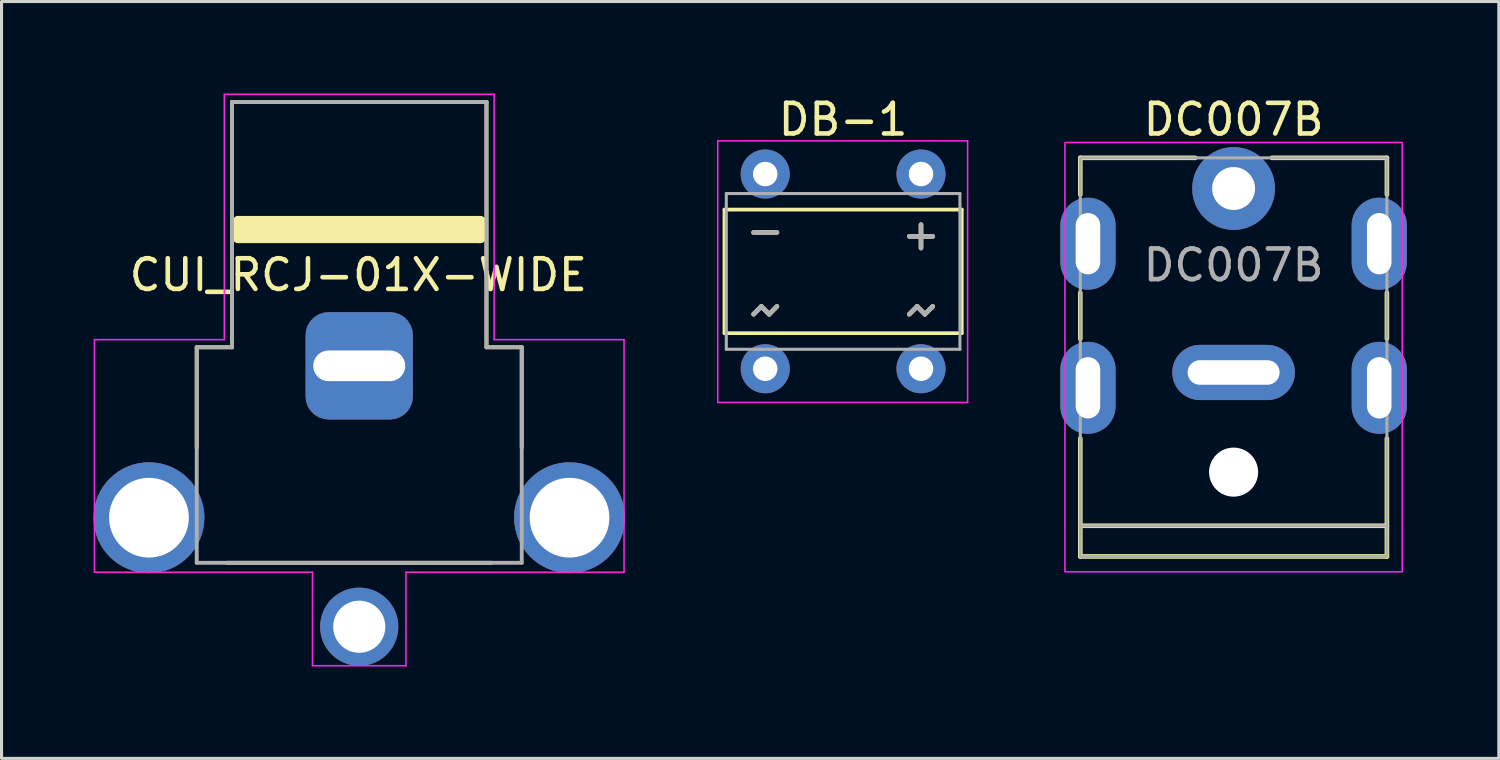
<source format=kicad_pcb>
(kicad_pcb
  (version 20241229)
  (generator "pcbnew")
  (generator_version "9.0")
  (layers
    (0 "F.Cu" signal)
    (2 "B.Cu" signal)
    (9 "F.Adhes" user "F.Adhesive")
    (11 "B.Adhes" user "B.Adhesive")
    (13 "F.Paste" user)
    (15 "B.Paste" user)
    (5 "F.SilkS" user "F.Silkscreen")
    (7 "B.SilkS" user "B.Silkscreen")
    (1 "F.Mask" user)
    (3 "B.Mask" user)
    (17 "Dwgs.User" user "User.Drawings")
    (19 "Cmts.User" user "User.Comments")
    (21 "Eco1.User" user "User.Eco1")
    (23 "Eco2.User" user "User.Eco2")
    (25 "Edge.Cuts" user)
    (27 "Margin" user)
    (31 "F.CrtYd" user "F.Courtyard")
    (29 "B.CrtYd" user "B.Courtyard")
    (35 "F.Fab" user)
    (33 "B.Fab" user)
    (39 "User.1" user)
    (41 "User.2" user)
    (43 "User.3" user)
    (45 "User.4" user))
  (footprint "CUI_RCJ-01X-WIDE"
    (layer "F.Cu")
    (at 8.666 10.786)
    (property "Reference" "CUI_RCJ-01X-WIDE" (at -0.03 -4.869 180) (layer "F.SilkS") (effects (font (size 1 1) (thickness 0.15))))
    (attr through_hole)
    (fp_line (start -5.3 -2.51) (end -5.3 0.762) (stroke (width 0.127) (type solid)) (layer "F.SilkS"))
    (fp_line (start -4.318 4.519) (end 4.318 4.519) (stroke (width 0.127) (type solid)) (layer "F.SilkS"))
    (fp_line (start -4.15 -10.511) (end -4.15 -2.51) (stroke (width 0.127) (type solid)) (layer "F.SilkS"))
    (fp_line (start -4.15 -2.51) (end -5.3 -2.51) (stroke (width 0.127) (type solid)) (layer "F.SilkS"))
    (fp_line (start -3.937 -6.604) (end 3.937 -6.604) (stroke (width 0.381) (type solid)) (layer "F.SilkS"))
    (fp_line (start -3.937 -6.096) (end -3.937 -6.604) (stroke (width 0.381) (type solid)) (layer "F.SilkS"))
    (fp_line (start 3.937 -6.35) (end -3.937 -6.35) (stroke (width 0.381) (type solid)) (layer "F.SilkS"))
    (fp_line (start 3.937 -6.096) (end -3.937 -6.096) (stroke (width 0.381) (type solid)) (layer "F.SilkS"))
    (fp_line (start 3.937 -6.096) (end 3.937 -6.604) (stroke (width 0.381) (type solid)) (layer "F.SilkS"))
    (fp_line (start 4.15 -10.511) (end -4.15 -10.511) (stroke (width 0.127) (type solid)) (layer "F.SilkS"))
    (fp_line (start 4.15 -2.51) (end 4.15 -10.511) (stroke (width 0.127) (type solid)) (layer "F.SilkS"))
    (fp_line (start 5.3 -2.51) (end 4.15 -2.51) (stroke (width 0.127) (type solid)) (layer "F.SilkS"))
    (fp_line (start 5.3 0.762) (end 5.3 -2.51) (stroke (width 0.127) (type solid)) (layer "F.SilkS"))
    (fp_line (start -8.636 -2.76) (end -8.636 4.826) (stroke (width 0.05) (type solid)) (layer "F.CrtYd"))
    (fp_line (start -8.636 4.826) (end -1.524 4.826) (stroke (width 0.05) (type solid)) (layer "F.CrtYd"))
    (fp_line (start -4.4 -10.761) (end -4.4 -2.76) (stroke (width 0.05) (type solid)) (layer "F.CrtYd"))
    (fp_line (start -4.4 -2.76) (end -8.636 -2.76) (stroke (width 0.05) (type solid)) (layer "F.CrtYd"))
    (fp_line (start -1.524 4.826) (end -1.524 7.874) (stroke (width 0.05) (type solid)) (layer "F.CrtYd"))
    (fp_line (start 1.524 4.826) (end 8.636 4.826) (stroke (width 0.05) (type solid)) (layer "F.CrtYd"))
    (fp_line (start 1.524 7.874) (end -1.524 7.874) (stroke (width 0.05) (type solid)) (layer "F.CrtYd"))
    (fp_line (start 1.524 7.874) (end 1.524 4.826) (stroke (width 0.05) (type solid)) (layer "F.CrtYd"))
    (fp_line (start 4.4 -10.761) (end -4.4 -10.761) (stroke (width 0.05) (type solid)) (layer "F.CrtYd"))
    (fp_line (start 4.4 -2.76) (end 4.4 -10.761) (stroke (width 0.05) (type solid)) (layer "F.CrtYd"))
    (fp_line (start 8.636 -2.76) (end 4.4 -2.76) (stroke (width 0.05) (type solid)) (layer "F.CrtYd"))
    (fp_line (start 8.636 4.826) (end 8.636 -2.76) (stroke (width 0.05) (type solid)) (layer "F.CrtYd"))
    (fp_line (start -5.3 -2.51) (end -5.3 4.519) (stroke (width 0.127) (type solid)) (layer "F.Fab"))
    (fp_line (start -5.3 4.519) (end 5.3 4.519) (stroke (width 0.127) (type solid)) (layer "F.Fab"))
    (fp_line (start -4.15 -10.511) (end -4.15 -2.51) (stroke (width 0.127) (type solid)) (layer "F.Fab"))
    (fp_line (start -4.15 -2.51) (end -5.3 -2.51) (stroke (width 0.127) (type solid)) (layer "F.Fab"))
    (fp_line (start 4.15 -10.511) (end -4.15 -10.511) (stroke (width 0.127) (type solid)) (layer "F.Fab"))
    (fp_line (start 4.15 -2.51) (end 4.15 -10.511) (stroke (width 0.127) (type solid)) (layer "F.Fab"))
    (fp_line (start 5.3 -2.51) (end 4.15 -2.51) (stroke (width 0.127) (type solid)) (layer "F.Fab"))
    (fp_line (start 5.3 4.519) (end 5.3 -2.51) (stroke (width 0.127) (type solid)) (layer "F.Fab"))
    (pad "1" thru_hole circle (at 0 6.604) (size 2.55 2.55) (drill 1.7) (layers "*.Cu" "*.Mask"))
    (pad "2" thru_hole circle (at -6.858 3.048) (size 3.616 3.616) (drill 2.6) (layers "*.Cu" "*.Mask"))
    (pad "2" thru_hole roundrect (at 0 -1.905 180) (size 3.5 3.5) (drill oval 3 1) (layers "*.Cu" "*.Mask") (roundrect_rratio 0.214))
    (pad "2" thru_hole circle (at 6.858 3.048) (size 3.616 3.616) (drill 2.6) (layers "*.Cu" "*.Mask")))
  (footprint "DC007B"
    (layer "F.Cu")
    (at 37.182 3.098)
    (property "Reference" "DC007B" (at 0 -2.25 0) (unlocked yes) (layer "F.SilkS") (effects (font (size 1 1) (thickness 0.15))))
    (attr through_hole)
    (fp_line (start -5 0.2) (end -5 -1) (stroke (width 0.15) (type default)) (layer "F.SilkS"))
    (fp_line (start -5 4.9) (end -5 3.4) (stroke (width 0.15) (type default)) (layer "F.SilkS"))
    (fp_line (start -5 8.15) (end -5 12) (stroke (width 0.15) (type default)) (layer "F.SilkS"))
    (fp_line (start -1.25 -1) (end -5 -1) (stroke (width 0.15) (type default)) (layer "F.SilkS"))
    (fp_line (start 5 -1) (end 1.25 -1) (stroke (width 0.15) (type default)) (layer "F.SilkS"))
    (fp_line (start 5 0.2) (end 5 -1) (stroke (width 0.15) (type default)) (layer "F.SilkS"))
    (fp_line (start 5 4.9) (end 5 3.4) (stroke (width 0.15) (type default)) (layer "F.SilkS"))
    (fp_line (start 5 8.15) (end 5 12) (stroke (width 0.15) (type default)) (layer "F.SilkS"))
    (fp_line (start 5 11) (end -5 11) (stroke (width 0.15) (type default)) (layer "F.SilkS"))
    (fp_line (start 5 12) (end -5 12) (stroke (width 0.15) (type default)) (layer "F.SilkS"))
    (fp_rect (start -5.5 -1.5) (end 5.5 12.5) (stroke (width 0.05) (type default)) (fill no) (layer "F.CrtYd"))
    (fp_line (start -5 11) (end 5 11) (stroke (width 0.1) (type default)) (layer "F.Fab"))
    (fp_rect (start -5 -1) (end 5 12) (stroke (width 0.1) (type default)) (fill no) (layer "F.Fab"))
    (fp_text user "${REFERENCE}" (at 0 2.5 0) (unlocked yes) (layer "F.Fab") (effects (font (size 1 1) (thickness 0.15))))
    (pad "" np_thru_hole circle (at 0 9.25 180) (size 1.6 1.6) (drill 1.6) (layers "*.Cu" "*.Mask"))
    (pad "1" thru_hole circle (at 0 0 180) (size 2.7 2.7) (drill 1.4) (layers "*.Cu" "*.Mask"))
    (pad "2" thru_hole oval (at 0 6 270) (size 1.8 4) (drill oval 0.8 3) (layers "*.Cu" "*.Mask"))
    (pad "MP" thru_hole oval (at -4.75 1.8 180) (size 1.8 3) (drill oval 0.8 2) (layers "*.Cu" "*.Mask"))
    (pad "MP" thru_hole oval (at -4.75 6.5 180) (size 1.8 3) (drill oval 0.8 2) (layers "*.Cu" "*.Mask"))
    (pad "MP" thru_hole oval (at 4.75 1.8 180) (size 1.8 3) (drill oval 0.8 2) (layers "*.Cu" "*.Mask"))
    (pad "MP" thru_hole oval (at 4.75 6.5 180) (size 1.8 3) (drill oval 0.8 2) (layers "*.Cu" "*.Mask")))
  (footprint "DB-1"
    (layer "F.Cu")
    (at 21.907 2.626)
    (property "Reference" "DB-1" (at 2.54 -1.778 180) (layer "F.SilkS") (effects (font (size 1 1) (thickness 0.15))))
    (attr through_hole)
    (fp_line (start -1.33 1.16) (end -1.33 5.19) (stroke (width 0.12) (type solid)) (layer "F.SilkS"))
    (fp_line (start -1.33 5.19) (end 6.41 5.19) (stroke (width 0.12) (type solid)) (layer "F.SilkS"))
    (fp_line (start -0.381 1.905) (end 0.381 1.905) (stroke (width 0.15) (type solid)) (layer "F.SilkS"))
    (fp_line (start -0.381 4.572) (end -0.127 4.318) (stroke (width 0.15) (type solid)) (layer "F.SilkS"))
    (fp_line (start -0.127 4.318) (end 0.127 4.572) (stroke (width 0.15) (type solid)) (layer "F.SilkS"))
    (fp_line (start 0.127 4.572) (end 0.381 4.318) (stroke (width 0.15) (type solid)) (layer "F.SilkS"))
    (fp_line (start 4.699 2.032) (end 5.461 2.032) (stroke (width 0.15) (type solid)) (layer "F.SilkS"))
    (fp_line (start 4.699 4.572) (end 4.953 4.318) (stroke (width 0.15) (type solid)) (layer "F.SilkS"))
    (fp_line (start 4.953 4.318) (end 5.207 4.572) (stroke (width 0.15) (type solid)) (layer "F.SilkS"))
    (fp_line (start 5.08 1.651) (end 5.08 2.413) (stroke (width 0.15) (type solid)) (layer "F.SilkS"))
    (fp_line (start 5.207 4.572) (end 5.461 4.318) (stroke (width 0.15) (type solid)) (layer "F.SilkS"))
    (fp_line (start 6.41 1.16) (end -1.33 1.16) (stroke (width 0.12) (type solid)) (layer "F.SilkS"))
    (fp_line (start 6.41 5.19) (end 6.41 1.16) (stroke (width 0.12) (type solid)) (layer "F.SilkS"))
    (fp_line (start -1.55 -1.08) (end -1.55 7.45) (stroke (width 0.05) (type solid)) (layer "F.CrtYd"))
    (fp_line (start -1.55 7.45) (end 6.6 7.45) (stroke (width 0.05) (type solid)) (layer "F.CrtYd"))
    (fp_line (start 6.6 -1.08) (end -1.55 -1.08) (stroke (width 0.05) (type solid)) (layer "F.CrtYd"))
    (fp_line (start 6.6 7.45) (end 6.6 -1.08) (stroke (width 0.05) (type solid)) (layer "F.CrtYd"))
    (fp_line (start -1.27 0.635) (end 6.35 0.635) (stroke (width 0.1) (type solid)) (layer "F.Fab"))
    (fp_line (start -1.27 5.715) (end -1.27 0.635) (stroke (width 0.1) (type solid)) (layer "F.Fab"))
    (fp_line (start -0.381 1.905) (end 0.381 1.905) (stroke (width 0.15) (type solid)) (layer "F.Fab"))
    (fp_line (start -0.381 4.572) (end -0.127 4.318) (stroke (width 0.15) (type solid)) (layer "F.Fab"))
    (fp_line (start -0.127 4.318) (end 0.127 4.572) (stroke (width 0.15) (type solid)) (layer "F.Fab"))
    (fp_line (start 0.127 4.572) (end 0.381 4.318) (stroke (width 0.15) (type solid)) (layer "F.Fab"))
    (fp_line (start 4.699 2.032) (end 5.461 2.032) (stroke (width 0.15) (type solid)) (layer "F.Fab"))
    (fp_line (start 4.699 4.572) (end 4.953 4.318) (stroke (width 0.15) (type solid)) (layer "F.Fab"))
    (fp_line (start 4.953 4.318) (end 5.207 4.572) (stroke (width 0.15) (type solid)) (layer "F.Fab"))
    (fp_line (start 5.08 1.651) (end 5.08 2.413) (stroke (width 0.15) (type solid)) (layer "F.Fab"))
    (fp_line (start 5.207 4.572) (end 5.461 4.318) (stroke (width 0.15) (type solid)) (layer "F.Fab"))
    (fp_line (start 6.35 0.635) (end 6.35 5.715) (stroke (width 0.1) (type solid)) (layer "F.Fab"))
    (fp_line (start 6.35 5.715) (end -1.27 5.715) (stroke (width 0.1) (type solid)) (layer "F.Fab"))
    (pad "1" thru_hole oval (at 0 0 90) (size 1.6 1.6) (drill 0.8) (layers "*.Cu" "*.Mask"))
    (pad "2" thru_hole circle (at 0 6.35 90) (size 1.6 1.6) (drill 0.8) (layers "*.Cu" "*.Mask"))
    (pad "3" thru_hole oval (at 5.08 6.35 90) (size 1.6 1.6) (drill 0.8) (layers "*.Cu" "*.Mask"))
    (pad "4" thru_hole oval (at 5.08 0 90) (size 1.6 1.6) (drill 0.8) (layers "*.Cu" "*.Mask")))
  (gr_rect
    (start -3 -3)
    (end 45.832 21.684)
    (stroke (width 0.1) (type default))
    (fill no)
    (layer "Edge.Cuts")))
</source>
